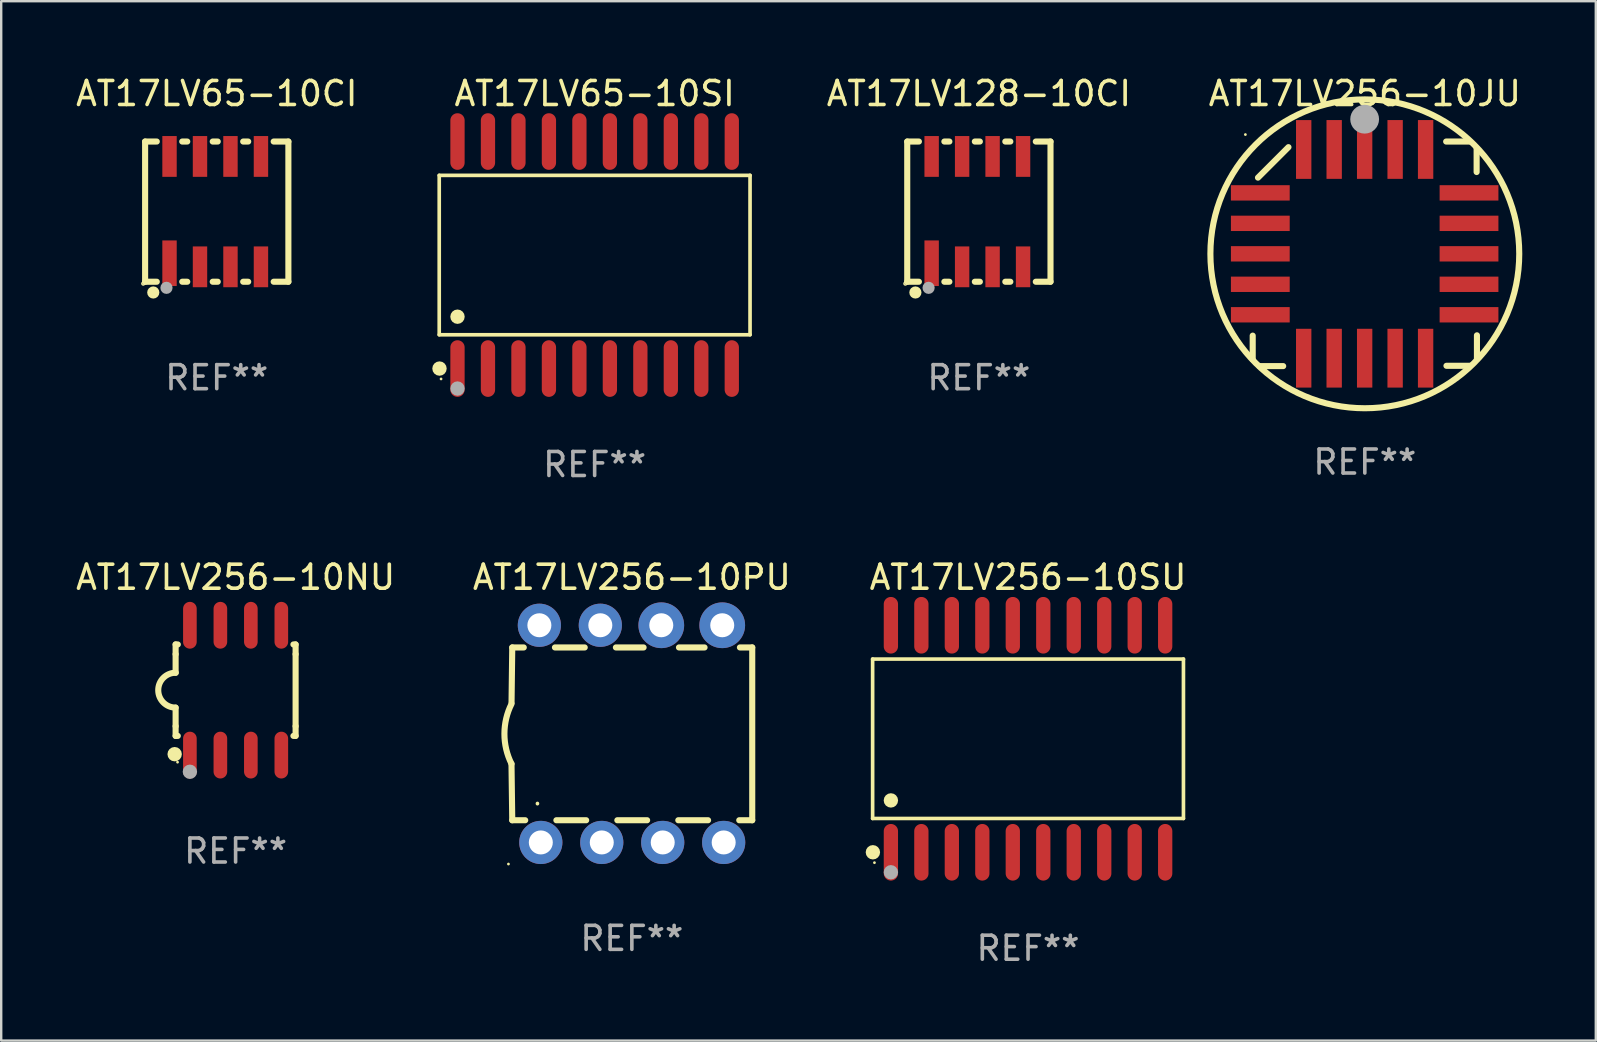
<source format=kicad_pcb>
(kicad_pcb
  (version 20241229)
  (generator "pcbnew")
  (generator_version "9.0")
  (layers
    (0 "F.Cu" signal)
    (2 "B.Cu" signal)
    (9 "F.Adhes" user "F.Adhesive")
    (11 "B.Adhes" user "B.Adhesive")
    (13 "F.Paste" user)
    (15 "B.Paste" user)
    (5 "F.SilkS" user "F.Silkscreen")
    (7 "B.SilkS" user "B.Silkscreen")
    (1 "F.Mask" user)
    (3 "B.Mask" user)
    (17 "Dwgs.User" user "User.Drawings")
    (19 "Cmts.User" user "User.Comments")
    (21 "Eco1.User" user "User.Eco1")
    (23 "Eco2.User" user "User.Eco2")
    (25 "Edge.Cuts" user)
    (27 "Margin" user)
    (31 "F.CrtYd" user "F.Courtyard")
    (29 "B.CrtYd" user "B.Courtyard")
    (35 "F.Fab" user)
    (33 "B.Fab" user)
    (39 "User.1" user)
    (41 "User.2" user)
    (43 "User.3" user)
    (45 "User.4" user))
  (footprint "AT17LV65-10SI"
    (layer "F.Cu")
    (at 21.729 7.578)
    (property "Reference" "AT17LV65-10SI" (at 0 -6.73 0) (layer "F.SilkS") (effects (font (size 1 1) (thickness 0.15))))
    (attr through_hole)
    (fp_line (start -6.476 -3.321) (end 6.476 -3.321) (stroke (width 0.152) (type solid)) (layer "F.SilkS"))
    (fp_line (start -6.476 3.321) (end -6.476 -3.321) (stroke (width 0.152) (type solid)) (layer "F.SilkS"))
    (fp_line (start 6.476 -3.321) (end 6.476 3.321) (stroke (width 0.152) (type solid)) (layer "F.SilkS"))
    (fp_line (start 6.476 3.321) (end -6.476 3.321) (stroke (width 0.152) (type solid)) (layer "F.SilkS"))
    (fp_circle (center -6.465 4.73) (end -6.315 4.73) (stroke (width 0.3) (type solid)) (fill no) (layer "F.SilkS"))
    (fp_circle (center -6.4 5.163) (end -6.37 5.163) (stroke (width 0.06) (type solid)) (fill no) (layer "F.SilkS"))
    (fp_circle (center -5.715 2.569) (end -5.565 2.569) (stroke (width 0.3) (type solid)) (fill no) (layer "F.SilkS"))
    (fp_circle (center -5.715 5.563) (end -5.565 5.563) (stroke (width 0.3) (type solid)) (fill no) (layer "F.Fab"))
    (fp_text user "REF**" (at 0 8.73 0) (layer "F.Fab") (effects (font (size 1 1) (thickness 0.15))))
    (pad "1" smd oval (at -5.715 4.73) (size 0.595 2.36) (layers "F.Cu" "F.Mask" "F.Paste"))
    (pad "2" smd oval (at -4.445 4.73) (size 0.595 2.36) (layers "F.Cu" "F.Mask" "F.Paste"))
    (pad "3" smd oval (at -3.175 4.73) (size 0.595 2.36) (layers "F.Cu" "F.Mask" "F.Paste"))
    (pad "4" smd oval (at -1.905 4.73) (size 0.595 2.36) (layers "F.Cu" "F.Mask" "F.Paste"))
    (pad "5" smd oval (at -0.635 4.73) (size 0.595 2.36) (layers "F.Cu" "F.Mask" "F.Paste"))
    (pad "6" smd oval (at 0.635 4.73) (size 0.595 2.36) (layers "F.Cu" "F.Mask" "F.Paste"))
    (pad "7" smd oval (at 1.905 4.73) (size 0.595 2.36) (layers "F.Cu" "F.Mask" "F.Paste"))
    (pad "8" smd oval (at 3.175 4.73) (size 0.595 2.36) (layers "F.Cu" "F.Mask" "F.Paste"))
    (pad "9" smd oval (at 4.445 4.73) (size 0.595 2.36) (layers "F.Cu" "F.Mask" "F.Paste"))
    (pad "10" smd oval (at 5.715 4.73) (size 0.595 2.36) (layers "F.Cu" "F.Mask" "F.Paste"))
    (pad "11" smd oval (at 5.715 -4.73) (size 0.595 2.36) (layers "F.Cu" "F.Mask" "F.Paste"))
    (pad "12" smd oval (at 4.445 -4.73) (size 0.595 2.36) (layers "F.Cu" "F.Mask" "F.Paste"))
    (pad "13" smd oval (at 3.175 -4.73) (size 0.595 2.36) (layers "F.Cu" "F.Mask" "F.Paste"))
    (pad "14" smd oval (at 1.905 -4.73) (size 0.595 2.36) (layers "F.Cu" "F.Mask" "F.Paste"))
    (pad "15" smd oval (at 0.635 -4.73) (size 0.595 2.36) (layers "F.Cu" "F.Mask" "F.Paste"))
    (pad "16" smd oval (at -0.635 -4.73) (size 0.595 2.36) (layers "F.Cu" "F.Mask" "F.Paste"))
    (pad "17" smd oval (at -1.905 -4.73) (size 0.595 2.36) (layers "F.Cu" "F.Mask" "F.Paste"))
    (pad "18" smd oval (at -3.175 -4.73) (size 0.595 2.36) (layers "F.Cu" "F.Mask" "F.Paste"))
    (pad "19" smd oval (at -4.445 -4.73) (size 0.595 2.36) (layers "F.Cu" "F.Mask" "F.Paste"))
    (pad "20" smd oval (at -5.715 -4.73) (size 0.595 2.36) (layers "F.Cu" "F.Mask" "F.Paste")))
  (footprint "AT17LV256-10JU"
    (layer "F.Cu")
    (at 53.823 7.527)
    (property "Reference" "AT17LV256-10JU" (at 0 -6.679 0) (layer "F.SilkS") (effects (font (size 1 1) (thickness 0.15))))
    (attr through_hole)
    (fp_line (start -4.672 4.4) (end -4.672 3.409) (stroke (width 0.254) (type solid)) (layer "F.SilkS"))
    (fp_line (start -4.452 -3.175) (end -3.182 -4.445) (stroke (width 0.254) (type solid)) (layer "F.SilkS"))
    (fp_line (start -4.393 4.679) (end -3.402 4.679) (stroke (width 0.254) (type solid)) (layer "F.SilkS"))
    (fp_line (start 4.379 -4.679) (end 3.389 -4.679) (stroke (width 0.254) (type solid)) (layer "F.SilkS"))
    (fp_line (start 4.393 4.666) (end 3.402 4.666) (stroke (width 0.254) (type solid)) (layer "F.SilkS"))
    (fp_line (start 4.659 -4.4) (end 4.659 -3.409) (stroke (width 0.254) (type solid)) (layer "F.SilkS"))
    (fp_line (start 4.672 4.386) (end 4.672 3.396) (stroke (width 0.254) (type solid)) (layer "F.SilkS"))
    (fp_arc (start -4.672276 4.424968) (mid 4.672254 -4.424946) (end -4.672276 4.424968) (stroke (width 0.254001) (type solid)) (layer "F.SilkS"))
    (fp_arc (start 0.089827 -5.759969) (mid 0.097662 -5.803742) (end 0.120307 -5.842012) (stroke (width 0.249936) (type solid)) (layer "F.SilkS"))
    (fp_circle (center -4.977 -4.97) (end -4.947 -4.97) (stroke (width 0.06) (type solid)) (fill no) (layer "F.SilkS"))
    (fp_circle (center -0.007 -5.61) (end 0.293 -5.61) (stroke (width 0.6) (type solid)) (fill no) (layer "F.Fab"))
    (fp_text user "REF**" (at 0 8.679 0) (layer "F.Fab") (effects (font (size 1 1) (thickness 0.15))))
    (pad "1" smd rect (at -0.007 -4.349) (size 0.64 2.45) (layers "F.Cu" "F.Mask" "F.Paste"))
    (pad "2" smd rect (at -1.277 -4.349) (size 0.64 2.45) (layers "F.Cu" "F.Mask" "F.Paste"))
    (pad "3" smd rect (at -2.547 -4.348) (size 0.64 2.45) (layers "F.Cu" "F.Mask" "F.Paste"))
    (pad "4" smd rect (at -4.355 -2.54) (size 2.45 0.64) (layers "F.Cu" "F.Mask" "F.Paste"))
    (pad "5" smd rect (at -4.355 -1.27) (size 2.45 0.64) (layers "F.Cu" "F.Mask" "F.Paste"))
    (pad "6" smd rect (at -4.355 0) (size 2.45 0.64) (layers "F.Cu" "F.Mask" "F.Paste"))
    (pad "7" smd rect (at -4.355 1.27) (size 2.45 0.64) (layers "F.Cu" "F.Mask" "F.Paste"))
    (pad "8" smd rect (at -4.355 2.54) (size 2.45 0.64) (layers "F.Cu" "F.Mask" "F.Paste"))
    (pad "9" smd rect (at -2.547 4.349) (size 0.64 2.45) (layers "F.Cu" "F.Mask" "F.Paste"))
    (pad "10" smd rect (at -1.277 4.349) (size 0.64 2.45) (layers "F.Cu" "F.Mask" "F.Paste"))
    (pad "11" smd rect (at -0.007 4.349) (size 0.64 2.45) (layers "F.Cu" "F.Mask" "F.Paste"))
    (pad "12" smd rect (at 1.263 4.349) (size 0.64 2.45) (layers "F.Cu" "F.Mask" "F.Paste"))
    (pad "13" smd rect (at 2.533 4.349) (size 0.64 2.45) (layers "F.Cu" "F.Mask" "F.Paste"))
    (pad "14" smd rect (at 4.342 2.54) (size 2.45 0.64) (layers "F.Cu" "F.Mask" "F.Paste"))
    (pad "15" smd rect (at 4.342 1.27) (size 2.45 0.64) (layers "F.Cu" "F.Mask" "F.Paste"))
    (pad "16" smd rect (at 4.342 0) (size 2.45 0.64) (layers "F.Cu" "F.Mask" "F.Paste"))
    (pad "17" smd rect (at 4.342 -1.27) (size 2.45 0.64) (layers "F.Cu" "F.Mask" "F.Paste"))
    (pad "18" smd rect (at 4.342 -2.54) (size 2.45 0.64) (layers "F.Cu" "F.Mask" "F.Paste"))
    (pad "19" smd rect (at 2.533 -4.349) (size 0.64 2.45) (layers "F.Cu" "F.Mask" "F.Paste"))
    (pad "20" smd rect (at 1.263 -4.349) (size 0.64 2.45) (layers "F.Cu" "F.Mask" "F.Paste")))
  (footprint "AT17LV256-10NU"
    (layer "F.Cu")
    (at 6.768 25.71)
    (property "Reference" "AT17LV256-10NU" (at 0 -4.705 0) (layer "F.SilkS") (effects (font (size 1 1) (thickness 0.15))))
    (attr through_hole)
    (fp_line (start -2.5 -1.905) (end -2.409 -1.905) (stroke (width 0.254) (type solid)) (layer "F.SilkS"))
    (fp_line (start -2.5 -1.5) (end -2.5 -1.905) (stroke (width 0.254) (type solid)) (layer "F.SilkS"))
    (fp_line (start -2.5 -1.5) (end -2.5 -0.726) (stroke (width 0.254) (type solid)) (layer "F.SilkS"))
    (fp_line (start -2.5 1.5) (end -2.5 0.727) (stroke (width 0.254) (type solid)) (layer "F.SilkS"))
    (fp_line (start -2.5 1.5) (end -2.5 1.905) (stroke (width 0.254) (type solid)) (layer "F.SilkS"))
    (fp_line (start -2.5 1.905) (end -2.409 1.905) (stroke (width 0.254) (type solid)) (layer "F.SilkS"))
    (fp_line (start 2.5 -1.905) (end 2.409 -1.905) (stroke (width 0.254) (type solid)) (layer "F.SilkS"))
    (fp_line (start 2.5 -1.5) (end 2.5 -1.905) (stroke (width 0.254) (type solid)) (layer "F.SilkS"))
    (fp_line (start 2.5 -1.5) (end 2.5 1.5) (stroke (width 0.254) (type solid)) (layer "F.SilkS"))
    (fp_line (start 2.5 1.5) (end 2.5 1.905) (stroke (width 0.254) (type solid)) (layer "F.SilkS"))
    (fp_line (start 2.5 1.905) (end 2.409 1.905) (stroke (width 0.254) (type solid)) (layer "F.SilkS"))
    (fp_arc (start -2.5 0.726568) (mid -3.220316 -0.0023) (end -2.495097 -0.726289) (stroke (width 0.254001) (type solid)) (layer "F.SilkS"))
    (fp_circle (center -2.54 2.667) (end -2.39 2.667) (stroke (width 0.3) (type solid)) (fill no) (layer "F.SilkS"))
    (fp_circle (center -2.42 3) (end -2.39 3) (stroke (width 0.06) (type solid)) (fill no) (layer "F.SilkS"))
    (fp_circle (center -1.905 3.4) (end -1.755 3.4) (stroke (width 0.3) (type solid)) (fill no) (layer "F.Fab"))
    (fp_text user "REF**" (at 0 6.705 0) (layer "F.Fab") (effects (font (size 1 1) (thickness 0.15))))
    (pad "1" smd oval (at -1.905 2.705) (size 0.568 1.95) (layers "F.Cu" "F.Mask" "F.Paste"))
    (pad "2" smd oval (at -0.635 2.705) (size 0.568 1.95) (layers "F.Cu" "F.Mask" "F.Paste"))
    (pad "3" smd oval (at 0.635 2.705) (size 0.568 1.95) (layers "F.Cu" "F.Mask" "F.Paste"))
    (pad "4" smd oval (at 1.905 2.705) (size 0.568 1.95) (layers "F.Cu" "F.Mask" "F.Paste"))
    (pad "5" smd oval (at 1.905 -2.705) (size 0.568 1.95) (layers "F.Cu" "F.Mask" "F.Paste"))
    (pad "6" smd oval (at 0.635 -2.705) (size 0.568 1.95) (layers "F.Cu" "F.Mask" "F.Paste"))
    (pad "7" smd oval (at -0.635 -2.705) (size 0.568 1.95) (layers "F.Cu" "F.Mask" "F.Paste"))
    (pad "8" smd oval (at -1.905 -2.705) (size 0.568 1.95) (layers "F.Cu" "F.Mask" "F.Paste")))
  (footprint "AT17LV256-10SU"
    (layer "F.Cu")
    (at 39.789 27.735)
    (property "Reference" "AT17LV256-10SU" (at 0 -6.73 0) (layer "F.SilkS") (effects (font (size 1 1) (thickness 0.15))))
    (attr through_hole)
    (fp_line (start -6.476 -3.321) (end 6.476 -3.321) (stroke (width 0.152) (type solid)) (layer "F.SilkS"))
    (fp_line (start -6.476 3.321) (end -6.476 -3.321) (stroke (width 0.152) (type solid)) (layer "F.SilkS"))
    (fp_line (start 6.476 -3.321) (end 6.476 3.321) (stroke (width 0.152) (type solid)) (layer "F.SilkS"))
    (fp_line (start 6.476 3.321) (end -6.476 3.321) (stroke (width 0.152) (type solid)) (layer "F.SilkS"))
    (fp_circle (center -6.465 4.73) (end -6.315 4.73) (stroke (width 0.3) (type solid)) (fill no) (layer "F.SilkS"))
    (fp_circle (center -6.4 5.163) (end -6.37 5.163) (stroke (width 0.06) (type solid)) (fill no) (layer "F.SilkS"))
    (fp_circle (center -5.715 2.569) (end -5.565 2.569) (stroke (width 0.3) (type solid)) (fill no) (layer "F.SilkS"))
    (fp_circle (center -5.715 5.563) (end -5.565 5.563) (stroke (width 0.3) (type solid)) (fill no) (layer "F.Fab"))
    (fp_text user "REF**" (at 0 8.73 0) (layer "F.Fab") (effects (font (size 1 1) (thickness 0.15))))
    (pad "1" smd oval (at -5.715 4.73) (size 0.595 2.36) (layers "F.Cu" "F.Mask" "F.Paste"))
    (pad "2" smd oval (at -4.445 4.73) (size 0.595 2.36) (layers "F.Cu" "F.Mask" "F.Paste"))
    (pad "3" smd oval (at -3.175 4.73) (size 0.595 2.36) (layers "F.Cu" "F.Mask" "F.Paste"))
    (pad "4" smd oval (at -1.905 4.73) (size 0.595 2.36) (layers "F.Cu" "F.Mask" "F.Paste"))
    (pad "5" smd oval (at -0.635 4.73) (size 0.595 2.36) (layers "F.Cu" "F.Mask" "F.Paste"))
    (pad "6" smd oval (at 0.635 4.73) (size 0.595 2.36) (layers "F.Cu" "F.Mask" "F.Paste"))
    (pad "7" smd oval (at 1.905 4.73) (size 0.595 2.36) (layers "F.Cu" "F.Mask" "F.Paste"))
    (pad "8" smd oval (at 3.175 4.73) (size 0.595 2.36) (layers "F.Cu" "F.Mask" "F.Paste"))
    (pad "9" smd oval (at 4.445 4.73) (size 0.595 2.36) (layers "F.Cu" "F.Mask" "F.Paste"))
    (pad "10" smd oval (at 5.715 4.73) (size 0.595 2.36) (layers "F.Cu" "F.Mask" "F.Paste"))
    (pad "11" smd oval (at 5.715 -4.73) (size 0.595 2.36) (layers "F.Cu" "F.Mask" "F.Paste"))
    (pad "12" smd oval (at 4.445 -4.73) (size 0.595 2.36) (layers "F.Cu" "F.Mask" "F.Paste"))
    (pad "13" smd oval (at 3.175 -4.73) (size 0.595 2.36) (layers "F.Cu" "F.Mask" "F.Paste"))
    (pad "14" smd oval (at 1.905 -4.73) (size 0.595 2.36) (layers "F.Cu" "F.Mask" "F.Paste"))
    (pad "15" smd oval (at 0.635 -4.73) (size 0.595 2.36) (layers "F.Cu" "F.Mask" "F.Paste"))
    (pad "16" smd oval (at -0.635 -4.73) (size 0.595 2.36) (layers "F.Cu" "F.Mask" "F.Paste"))
    (pad "17" smd oval (at -1.905 -4.73) (size 0.595 2.36) (layers "F.Cu" "F.Mask" "F.Paste"))
    (pad "18" smd oval (at -3.175 -4.73) (size 0.595 2.36) (layers "F.Cu" "F.Mask" "F.Paste"))
    (pad "19" smd oval (at -4.445 -4.73) (size 0.595 2.36) (layers "F.Cu" "F.Mask" "F.Paste"))
    (pad "20" smd oval (at -5.715 -4.73) (size 0.595 2.36) (layers "F.Cu" "F.Mask" "F.Paste")))
  (footprint "AT17LV65-10CI"
    (layer "F.Cu")
    (at 5.982 5.769)
    (property "Reference" "AT17LV65-10CI" (at 0 -4.921 0) (layer "F.SilkS") (effects (font (size 1 1) (thickness 0.15))))
    (attr through_hole)
    (fp_line (start -2.985 -2.921) (end -2.985 2.921) (stroke (width 0.254) (type solid)) (layer "F.SilkS"))
    (fp_line (start -2.985 2.921) (end -2.499 2.921) (stroke (width 0.254) (type solid)) (layer "F.SilkS"))
    (fp_line (start -2.499 -2.921) (end -2.985 -2.921) (stroke (width 0.254) (type solid)) (layer "F.SilkS"))
    (fp_line (start -1.438 2.921) (end -1.229 2.921) (stroke (width 0.254) (type solid)) (layer "F.SilkS"))
    (fp_line (start -1.229 -2.921) (end -1.438 -2.921) (stroke (width 0.254) (type solid)) (layer "F.SilkS"))
    (fp_line (start -0.168 2.921) (end 0.041 2.921) (stroke (width 0.254) (type solid)) (layer "F.SilkS"))
    (fp_line (start 0.041 -2.921) (end -0.168 -2.921) (stroke (width 0.254) (type solid)) (layer "F.SilkS"))
    (fp_line (start 1.102 2.921) (end 1.311 2.921) (stroke (width 0.254) (type solid)) (layer "F.SilkS"))
    (fp_line (start 1.311 -2.921) (end 1.102 -2.921) (stroke (width 0.254) (type solid)) (layer "F.SilkS"))
    (fp_line (start 2.372 2.921) (end 2.985 2.921) (stroke (width 0.254) (type solid)) (layer "F.SilkS"))
    (fp_line (start 2.985 -2.921) (end 2.372 -2.921) (stroke (width 0.254) (type solid)) (layer "F.SilkS"))
    (fp_line (start 2.985 2.921) (end 2.985 -2.921) (stroke (width 0.254) (type solid)) (layer "F.SilkS"))
    (fp_circle (center -3.063 3) (end -3.034 3) (stroke (width 0.06) (type solid)) (fill no) (layer "F.SilkS"))
    (fp_circle (center -2.645 3.369) (end -2.518 3.369) (stroke (width 0.254) (type solid)) (fill no) (layer "F.SilkS"))
    (fp_circle (center -2.095 3.175) (end -1.968 3.175) (stroke (width 0.254) (type solid)) (fill no) (layer "F.Fab"))
    (fp_text user "REF**" (at 0 6.921 0) (layer "F.Fab") (effects (font (size 1 1) (thickness 0.15))))
    (pad "1" smd rect (at -1.968 2.15 90) (size 1.9 0.6) (layers "F.Cu" "F.Mask" "F.Paste"))
    (pad "2" smd rect (at -0.698 2.3 90) (size 1.7 0.6) (layers "F.Cu" "F.Mask" "F.Paste"))
    (pad "3" smd rect (at 0.572 2.3 90) (size 1.7 0.6) (layers "F.Cu" "F.Mask" "F.Paste"))
    (pad "4" smd rect (at 1.842 2.3 90) (size 1.7 0.6) (layers "F.Cu" "F.Mask" "F.Paste"))
    (pad "5" smd rect (at 1.842 -2.3 90) (size 1.7 0.6) (layers "F.Cu" "F.Mask" "F.Paste"))
    (pad "6" smd rect (at 0.572 -2.3 90) (size 1.7 0.6) (layers "F.Cu" "F.Mask" "F.Paste"))
    (pad "7" smd rect (at -0.698 -2.3 90) (size 1.7 0.6) (layers "F.Cu" "F.Mask" "F.Paste"))
    (pad "8" smd rect (at -1.968 -2.3 90) (size 1.7 0.6) (layers "F.Cu" "F.Mask" "F.Paste")))
  (footprint "AT17LV128-10CI"
    (layer "F.Cu")
    (at 37.74 5.769)
    (property "Reference" "AT17LV128-10CI" (at 0 -4.921 0) (layer "F.SilkS") (effects (font (size 1 1) (thickness 0.15))))
    (attr through_hole)
    (fp_line (start -2.985 -2.921) (end -2.985 2.921) (stroke (width 0.254) (type solid)) (layer "F.SilkS"))
    (fp_line (start -2.985 2.921) (end -2.499 2.921) (stroke (width 0.254) (type solid)) (layer "F.SilkS"))
    (fp_line (start -2.499 -2.921) (end -2.985 -2.921) (stroke (width 0.254) (type solid)) (layer "F.SilkS"))
    (fp_line (start -1.438 2.921) (end -1.229 2.921) (stroke (width 0.254) (type solid)) (layer "F.SilkS"))
    (fp_line (start -1.229 -2.921) (end -1.438 -2.921) (stroke (width 0.254) (type solid)) (layer "F.SilkS"))
    (fp_line (start -0.168 2.921) (end 0.041 2.921) (stroke (width 0.254) (type solid)) (layer "F.SilkS"))
    (fp_line (start 0.041 -2.921) (end -0.168 -2.921) (stroke (width 0.254) (type solid)) (layer "F.SilkS"))
    (fp_line (start 1.102 2.921) (end 1.311 2.921) (stroke (width 0.254) (type solid)) (layer "F.SilkS"))
    (fp_line (start 1.311 -2.921) (end 1.102 -2.921) (stroke (width 0.254) (type solid)) (layer "F.SilkS"))
    (fp_line (start 2.372 2.921) (end 2.985 2.921) (stroke (width 0.254) (type solid)) (layer "F.SilkS"))
    (fp_line (start 2.985 -2.921) (end 2.372 -2.921) (stroke (width 0.254) (type solid)) (layer "F.SilkS"))
    (fp_line (start 2.985 2.921) (end 2.985 -2.921) (stroke (width 0.254) (type solid)) (layer "F.SilkS"))
    (fp_circle (center -3.063 3) (end -3.034 3) (stroke (width 0.06) (type solid)) (fill no) (layer "F.SilkS"))
    (fp_circle (center -2.645 3.369) (end -2.518 3.369) (stroke (width 0.254) (type solid)) (fill no) (layer "F.SilkS"))
    (fp_circle (center -2.095 3.175) (end -1.968 3.175) (stroke (width 0.254) (type solid)) (fill no) (layer "F.Fab"))
    (fp_text user "REF**" (at 0 6.921 0) (layer "F.Fab") (effects (font (size 1 1) (thickness 0.15))))
    (pad "1" smd rect (at -1.968 2.15 90) (size 1.9 0.6) (layers "F.Cu" "F.Mask" "F.Paste"))
    (pad "2" smd rect (at -0.698 2.3 90) (size 1.7 0.6) (layers "F.Cu" "F.Mask" "F.Paste"))
    (pad "3" smd rect (at 0.572 2.3 90) (size 1.7 0.6) (layers "F.Cu" "F.Mask" "F.Paste"))
    (pad "4" smd rect (at 1.842 2.3 90) (size 1.7 0.6) (layers "F.Cu" "F.Mask" "F.Paste"))
    (pad "5" smd rect (at 1.842 -2.3 90) (size 1.7 0.6) (layers "F.Cu" "F.Mask" "F.Paste"))
    (pad "6" smd rect (at 0.572 -2.3 90) (size 1.7 0.6) (layers "F.Cu" "F.Mask" "F.Paste"))
    (pad "7" smd rect (at -0.698 -2.3 90) (size 1.7 0.6) (layers "F.Cu" "F.Mask" "F.Paste"))
    (pad "8" smd rect (at -1.968 -2.3 90) (size 1.7 0.6) (layers "F.Cu" "F.Mask" "F.Paste")))
  (footprint "AT17LV256-10PU"
    (layer "F.Cu")
    (at 23.28 27.53)
    (property "Reference" "AT17LV256-10PU" (at 0 -6.525 0) (layer "F.SilkS") (effects (font (size 1 1) (thickness 0.15))))
    (attr through_hole)
    (fp_line (start -4.984 -3.6) (end -5.014 -1.3) (stroke (width 0.254) (type solid)) (layer "F.SilkS"))
    (fp_line (start -4.984 -3.6) (end -4.504 -3.6) (stroke (width 0.254) (type solid)) (layer "F.SilkS"))
    (fp_line (start -4.984 3.6) (end -5.016 1.25) (stroke (width 0.254) (type solid)) (layer "F.SilkS"))
    (fp_line (start -4.984 3.6) (end -4.444 3.6) (stroke (width 0.254) (type solid)) (layer "F.SilkS"))
    (fp_line (start -3.205 -3.6) (end -1.964 -3.6) (stroke (width 0.254) (type solid)) (layer "F.SilkS"))
    (fp_line (start -3.145 3.6) (end -1.904 3.6) (stroke (width 0.254) (type solid)) (layer "F.SilkS"))
    (fp_line (start -0.665 -3.6) (end 0.489 -3.6) (stroke (width 0.254) (type solid)) (layer "F.SilkS"))
    (fp_line (start -0.605 3.6) (end 0.636 3.6) (stroke (width 0.254) (type solid)) (layer "F.SilkS"))
    (fp_line (start 1.935 3.6) (end 3.176 3.6) (stroke (width 0.254) (type solid)) (layer "F.SilkS"))
    (fp_line (start 1.963 -3.6) (end 3.029 -3.6) (stroke (width 0.254) (type solid)) (layer "F.SilkS"))
    (fp_line (start 4.475 3.6) (end 5.016 3.6) (stroke (width 0.254) (type solid)) (layer "F.SilkS"))
    (fp_line (start 4.503 -3.6) (end 5.016 -3.6) (stroke (width 0.254) (type solid)) (layer "F.SilkS"))
    (fp_line (start 5.016 -3.6) (end 5.016 3.6) (stroke (width 0.254) (type solid)) (layer "F.SilkS"))
    (fp_arc (start -5.015621 1.24972) (mid -5.310243 -0.000275) (end -5.014376 -1.249975) (stroke (width 0.254001) (type solid)) (layer "F.SilkS"))
    (fp_arc (start -3.934646 2.911239) (mid -3.934581 2.905612) (end -3.934392 2.899987) (stroke (width 0.149987) (type solid)) (layer "F.SilkS"))
    (fp_circle (center -5.143 5.425) (end -5.113 5.425) (stroke (width 0.06) (type solid)) (fill no) (layer "F.SilkS"))
    (fp_text user "REF**" (at 0 8.525 0) (layer "F.Fab") (effects (font (size 1 1) (thickness 0.15))))
    (pad "1" thru_hole circle (at -3.794 4.525) (size 1.8 1.8) (drill 1) (layers "*.Cu" "*.Mask"))
    (pad "2" thru_hole circle (at -1.254 4.525) (size 1.8 1.8) (drill 1) (layers "*.Cu" "*.Mask"))
    (pad "3" thru_hole circle (at 1.286 4.525) (size 1.8 1.8) (drill 1) (layers "*.Cu" "*.Mask"))
    (pad "4" thru_hole circle (at 3.826 4.525) (size 1.8 1.8) (drill 1) (layers "*.Cu" "*.Mask"))
    (pad "5" thru_hole circle (at 3.766 -4.525) (size 1.905 1.905) (drill 1) (layers "*.Cu" "*.Mask"))
    (pad "6" thru_hole circle (at 1.226 -4.525) (size 1.905 1.905) (drill 1) (layers "*.Cu" "*.Mask"))
    (pad "7" thru_hole circle (at -1.314 -4.525) (size 1.8 1.8) (drill 1) (layers "*.Cu" "*.Mask"))
    (pad "8" thru_hole circle (at -3.854 -4.525) (size 1.8 1.8) (drill 1) (layers "*.Cu" "*.Mask")))
  (gr_rect
    (start -3 -3)
    (end 63.448 40.313)
    (stroke (width 0.1) (type default))
    (fill no)
    (layer "Edge.Cuts")))
</source>
